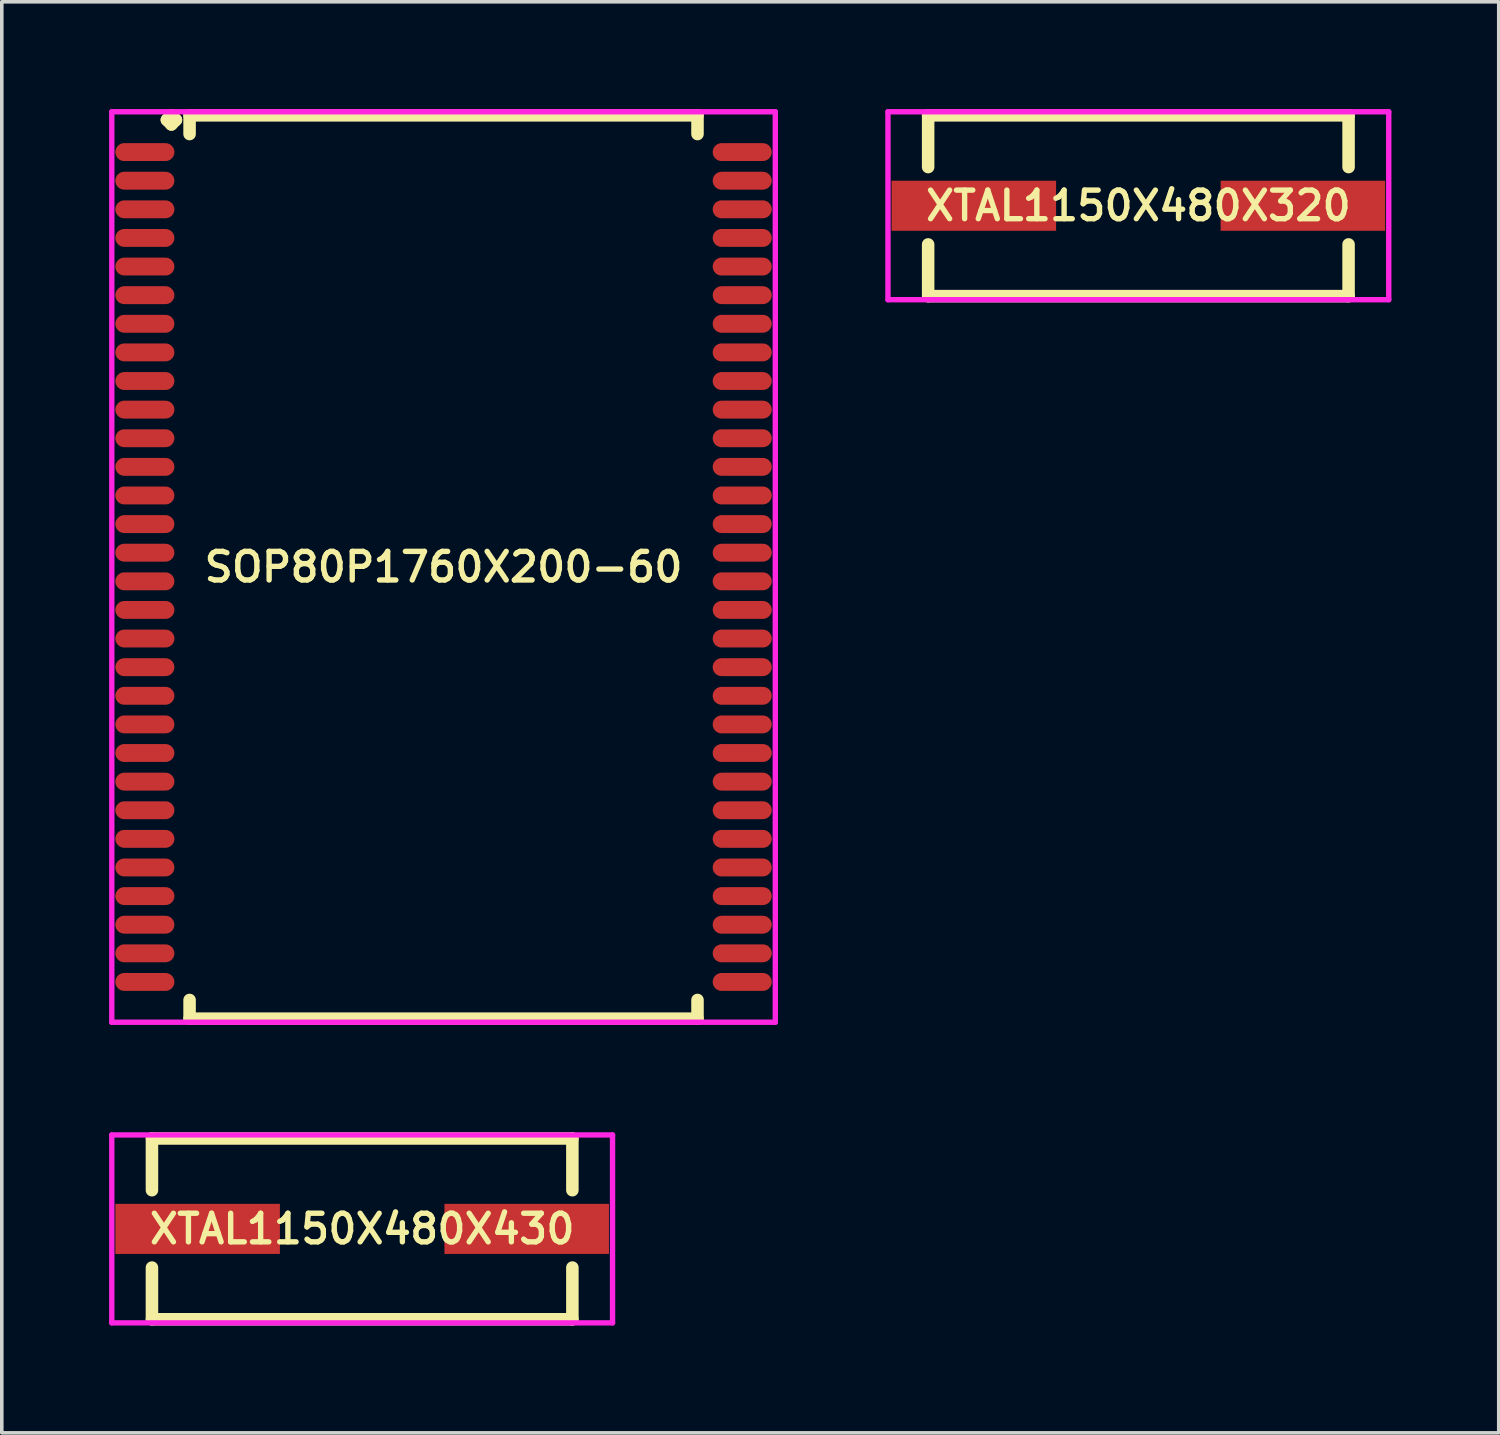
<source format=kicad_pcb>
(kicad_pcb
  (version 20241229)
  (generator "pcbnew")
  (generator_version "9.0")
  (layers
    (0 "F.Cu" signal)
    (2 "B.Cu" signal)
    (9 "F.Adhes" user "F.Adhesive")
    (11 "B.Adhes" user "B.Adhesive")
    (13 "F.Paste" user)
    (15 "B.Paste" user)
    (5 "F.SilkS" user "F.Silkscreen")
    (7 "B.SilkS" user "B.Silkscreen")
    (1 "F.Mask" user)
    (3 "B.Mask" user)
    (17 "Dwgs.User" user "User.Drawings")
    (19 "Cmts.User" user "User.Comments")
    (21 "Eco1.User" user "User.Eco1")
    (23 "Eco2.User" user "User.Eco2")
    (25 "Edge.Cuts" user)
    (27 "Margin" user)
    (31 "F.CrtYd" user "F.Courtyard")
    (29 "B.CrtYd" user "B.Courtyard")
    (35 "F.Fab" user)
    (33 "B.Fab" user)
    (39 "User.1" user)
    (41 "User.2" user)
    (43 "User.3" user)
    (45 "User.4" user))
  (footprint "XTAL1150X480X430"
    (layer "F.Cu")
    (at 7.075 31.306)
    (property "Reference" "XTAL1150X480X430" (at 0 0 0) (layer "F.SilkS") (effects (font (size 0.8 0.8) (thickness 0.15))))
    (attr smd)
    (fp_line (start -5.877 -2.527) (end 5.877 -2.527) (stroke (width 0.35) (type solid)) (layer "F.SilkS"))
    (fp_line (start -5.877 -1.081) (end -5.877 -2.527) (stroke (width 0.35) (type solid)) (layer "F.SilkS"))
    (fp_line (start -5.877 1.081) (end -5.877 2.527) (stroke (width 0.35) (type solid)) (layer "F.SilkS"))
    (fp_line (start -5.877 2.527) (end 5.877 2.527) (stroke (width 0.35) (type solid)) (layer "F.SilkS"))
    (fp_line (start 5.877 -2.527) (end 5.877 -1.081) (stroke (width 0.35) (type solid)) (layer "F.SilkS"))
    (fp_line (start 5.877 2.527) (end 5.877 1.081) (stroke (width 0.35) (type solid)) (layer "F.SilkS"))
    (fp_line (start -7 -2.627) (end 7 -2.627) (stroke (width 0.15) (type solid)) (layer "F.CrtYd"))
    (fp_line (start -7 2.627) (end -7 -2.627) (stroke (width 0.15) (type solid)) (layer "F.CrtYd"))
    (fp_line (start 7 -2.627) (end 7 2.627) (stroke (width 0.15) (type solid)) (layer "F.CrtYd"))
    (fp_line (start 7 2.627) (end -7 2.627) (stroke (width 0.15) (type solid)) (layer "F.CrtYd"))
    (pad "1" smd rect (at -4.6 0) (size 4.6 1.4) (layers "F.Cu" "F.Mask" "F.Paste"))
    (pad "2" smd rect (at 4.6 0) (size 4.6 1.4) (layers "F.Cu" "F.Mask" "F.Paste")))
  (footprint "XTAL1150X480X320"
    (layer "F.Cu")
    (at 28.775 2.702)
    (property "Reference" "XTAL1150X480X320" (at 0 0 0) (layer "F.SilkS") (effects (font (size 0.8 0.8) (thickness 0.15))))
    (attr smd)
    (fp_line (start -5.877 -2.527) (end 5.877 -2.527) (stroke (width 0.35) (type solid)) (layer "F.SilkS"))
    (fp_line (start -5.877 -1.081) (end -5.877 -2.527) (stroke (width 0.35) (type solid)) (layer "F.SilkS"))
    (fp_line (start -5.877 1.081) (end -5.877 2.527) (stroke (width 0.35) (type solid)) (layer "F.SilkS"))
    (fp_line (start -5.877 2.527) (end 5.877 2.527) (stroke (width 0.35) (type solid)) (layer "F.SilkS"))
    (fp_line (start 5.877 -2.527) (end 5.877 -1.081) (stroke (width 0.35) (type solid)) (layer "F.SilkS"))
    (fp_line (start 5.877 2.527) (end 5.877 1.081) (stroke (width 0.35) (type solid)) (layer "F.SilkS"))
    (fp_line (start -7 -2.627) (end 7 -2.627) (stroke (width 0.15) (type solid)) (layer "F.CrtYd"))
    (fp_line (start -7 2.627) (end -7 -2.627) (stroke (width 0.15) (type solid)) (layer "F.CrtYd"))
    (fp_line (start 7 -2.627) (end 7 2.627) (stroke (width 0.15) (type solid)) (layer "F.CrtYd"))
    (fp_line (start 7 2.627) (end -7 2.627) (stroke (width 0.15) (type solid)) (layer "F.CrtYd"))
    (pad "1" smd rect (at -4.6 0) (size 4.6 1.4) (layers "F.Cu" "F.Mask" "F.Paste"))
    (pad "2" smd rect (at 4.6 0) (size 4.6 1.4) (layers "F.Cu" "F.Mask" "F.Paste")))
  (footprint "SOP80P1760X200-60"
    (layer "F.Cu")
    (at 9.35 12.802)
    (property "Reference" "SOP80P1760X200-60" (at 0 0 0) (layer "F.SilkS") (effects (font (size 0.8 0.8) (thickness 0.15))))
    (attr smd)
    (fp_line (start -7.735 -12.5) (end -7.608 -12.627) (stroke (width 0.35) (type solid)) (layer "F.SilkS"))
    (fp_line (start -7.608 -12.627) (end -7.481 -12.5) (stroke (width 0.35) (type solid)) (layer "F.SilkS"))
    (fp_line (start -7.608 -12.373) (end -7.735 -12.5) (stroke (width 0.35) (type solid)) (layer "F.SilkS"))
    (fp_line (start -7.481 -12.5) (end -7.608 -12.373) (stroke (width 0.35) (type solid)) (layer "F.SilkS"))
    (fp_line (start -7.1 -12.627) (end 7.1 -12.627) (stroke (width 0.35) (type solid)) (layer "F.SilkS"))
    (fp_line (start -7.1 -12.104) (end -7.1 -12.627) (stroke (width 0.35) (type solid)) (layer "F.SilkS"))
    (fp_line (start -7.1 12.104) (end -7.1 12.627) (stroke (width 0.35) (type solid)) (layer "F.SilkS"))
    (fp_line (start -7.1 12.627) (end 7.1 12.627) (stroke (width 0.35) (type solid)) (layer "F.SilkS"))
    (fp_line (start 7.1 -12.627) (end 7.1 -12.104) (stroke (width 0.35) (type solid)) (layer "F.SilkS"))
    (fp_line (start 7.1 12.627) (end 7.1 12.104) (stroke (width 0.35) (type solid)) (layer "F.SilkS"))
    (fp_line (start -9.275 -12.727) (end 9.275 -12.727) (stroke (width 0.15) (type solid)) (layer "F.CrtYd"))
    (fp_line (start -9.275 12.727) (end -9.275 -12.727) (stroke (width 0.15) (type solid)) (layer "F.CrtYd"))
    (fp_line (start 9.275 -12.727) (end 9.275 12.727) (stroke (width 0.15) (type solid)) (layer "F.CrtYd"))
    (fp_line (start 9.275 12.727) (end -9.275 12.727) (stroke (width 0.15) (type solid)) (layer "F.CrtYd"))
    (pad "1" smd oval (at -8.35 -11.6) (size 1.65 0.5) (layers "F.Cu" "F.Mask" "F.Paste"))
    (pad "2" smd oval (at -8.35 -10.8) (size 1.65 0.5) (layers "F.Cu" "F.Mask" "F.Paste"))
    (pad "3" smd oval (at -8.35 -10) (size 1.65 0.5) (layers "F.Cu" "F.Mask" "F.Paste"))
    (pad "4" smd oval (at -8.35 -9.2) (size 1.65 0.5) (layers "F.Cu" "F.Mask" "F.Paste"))
    (pad "5" smd oval (at -8.35 -8.4) (size 1.65 0.5) (layers "F.Cu" "F.Mask" "F.Paste"))
    (pad "6" smd oval (at -8.35 -7.6) (size 1.65 0.5) (layers "F.Cu" "F.Mask" "F.Paste"))
    (pad "7" smd oval (at -8.35 -6.8) (size 1.65 0.5) (layers "F.Cu" "F.Mask" "F.Paste"))
    (pad "8" smd oval (at -8.35 -6) (size 1.65 0.5) (layers "F.Cu" "F.Mask" "F.Paste"))
    (pad "9" smd oval (at -8.35 -5.2) (size 1.65 0.5) (layers "F.Cu" "F.Mask" "F.Paste"))
    (pad "10" smd oval (at -8.35 -4.4) (size 1.65 0.5) (layers "F.Cu" "F.Mask" "F.Paste"))
    (pad "11" smd oval (at -8.35 -3.6) (size 1.65 0.5) (layers "F.Cu" "F.Mask" "F.Paste"))
    (pad "12" smd oval (at -8.35 -2.8) (size 1.65 0.5) (layers "F.Cu" "F.Mask" "F.Paste"))
    (pad "13" smd oval (at -8.35 -2) (size 1.65 0.5) (layers "F.Cu" "F.Mask" "F.Paste"))
    (pad "14" smd oval (at -8.35 -1.2) (size 1.65 0.5) (layers "F.Cu" "F.Mask" "F.Paste"))
    (pad "15" smd oval (at -8.35 -0.4) (size 1.65 0.5) (layers "F.Cu" "F.Mask" "F.Paste"))
    (pad "16" smd oval (at -8.35 0.4) (size 1.65 0.5) (layers "F.Cu" "F.Mask" "F.Paste"))
    (pad "17" smd oval (at -8.35 1.2) (size 1.65 0.5) (layers "F.Cu" "F.Mask" "F.Paste"))
    (pad "18" smd oval (at -8.35 2) (size 1.65 0.5) (layers "F.Cu" "F.Mask" "F.Paste"))
    (pad "19" smd oval (at -8.35 2.8) (size 1.65 0.5) (layers "F.Cu" "F.Mask" "F.Paste"))
    (pad "20" smd oval (at -8.35 3.6) (size 1.65 0.5) (layers "F.Cu" "F.Mask" "F.Paste"))
    (pad "21" smd oval (at -8.35 4.4) (size 1.65 0.5) (layers "F.Cu" "F.Mask" "F.Paste"))
    (pad "22" smd oval (at -8.35 5.2) (size 1.65 0.5) (layers "F.Cu" "F.Mask" "F.Paste"))
    (pad "23" smd oval (at -8.35 6) (size 1.65 0.5) (layers "F.Cu" "F.Mask" "F.Paste"))
    (pad "24" smd oval (at -8.35 6.8) (size 1.65 0.5) (layers "F.Cu" "F.Mask" "F.Paste"))
    (pad "25" smd oval (at -8.35 7.6) (size 1.65 0.5) (layers "F.Cu" "F.Mask" "F.Paste"))
    (pad "26" smd oval (at -8.35 8.4) (size 1.65 0.5) (layers "F.Cu" "F.Mask" "F.Paste"))
    (pad "27" smd oval (at -8.35 9.2) (size 1.65 0.5) (layers "F.Cu" "F.Mask" "F.Paste"))
    (pad "28" smd oval (at -8.35 10) (size 1.65 0.5) (layers "F.Cu" "F.Mask" "F.Paste"))
    (pad "29" smd oval (at -8.35 10.8) (size 1.65 0.5) (layers "F.Cu" "F.Mask" "F.Paste"))
    (pad "30" smd oval (at -8.35 11.6) (size 1.65 0.5) (layers "F.Cu" "F.Mask" "F.Paste"))
    (pad "31" smd oval (at 8.35 11.6) (size 1.65 0.5) (layers "F.Cu" "F.Mask" "F.Paste"))
    (pad "32" smd oval (at 8.35 10.8) (size 1.65 0.5) (layers "F.Cu" "F.Mask" "F.Paste"))
    (pad "33" smd oval (at 8.35 10) (size 1.65 0.5) (layers "F.Cu" "F.Mask" "F.Paste"))
    (pad "34" smd oval (at 8.35 9.2) (size 1.65 0.5) (layers "F.Cu" "F.Mask" "F.Paste"))
    (pad "35" smd oval (at 8.35 8.4) (size 1.65 0.5) (layers "F.Cu" "F.Mask" "F.Paste"))
    (pad "36" smd oval (at 8.35 7.6) (size 1.65 0.5) (layers "F.Cu" "F.Mask" "F.Paste"))
    (pad "37" smd oval (at 8.35 6.8) (size 1.65 0.5) (layers "F.Cu" "F.Mask" "F.Paste"))
    (pad "38" smd oval (at 8.35 6) (size 1.65 0.5) (layers "F.Cu" "F.Mask" "F.Paste"))
    (pad "39" smd oval (at 8.35 5.2) (size 1.65 0.5) (layers "F.Cu" "F.Mask" "F.Paste"))
    (pad "40" smd oval (at 8.35 4.4) (size 1.65 0.5) (layers "F.Cu" "F.Mask" "F.Paste"))
    (pad "41" smd oval (at 8.35 3.6) (size 1.65 0.5) (layers "F.Cu" "F.Mask" "F.Paste"))
    (pad "42" smd oval (at 8.35 2.8) (size 1.65 0.5) (layers "F.Cu" "F.Mask" "F.Paste"))
    (pad "43" smd oval (at 8.35 2) (size 1.65 0.5) (layers "F.Cu" "F.Mask" "F.Paste"))
    (pad "44" smd oval (at 8.35 1.2) (size 1.65 0.5) (layers "F.Cu" "F.Mask" "F.Paste"))
    (pad "45" smd oval (at 8.35 0.4) (size 1.65 0.5) (layers "F.Cu" "F.Mask" "F.Paste"))
    (pad "46" smd oval (at 8.35 -0.4) (size 1.65 0.5) (layers "F.Cu" "F.Mask" "F.Paste"))
    (pad "47" smd oval (at 8.35 -1.2) (size 1.65 0.5) (layers "F.Cu" "F.Mask" "F.Paste"))
    (pad "48" smd oval (at 8.35 -2) (size 1.65 0.5) (layers "F.Cu" "F.Mask" "F.Paste"))
    (pad "49" smd oval (at 8.35 -2.8) (size 1.65 0.5) (layers "F.Cu" "F.Mask" "F.Paste"))
    (pad "50" smd oval (at 8.35 -3.6) (size 1.65 0.5) (layers "F.Cu" "F.Mask" "F.Paste"))
    (pad "51" smd oval (at 8.35 -4.4) (size 1.65 0.5) (layers "F.Cu" "F.Mask" "F.Paste"))
    (pad "52" smd oval (at 8.35 -5.2) (size 1.65 0.5) (layers "F.Cu" "F.Mask" "F.Paste"))
    (pad "53" smd oval (at 8.35 -6) (size 1.65 0.5) (layers "F.Cu" "F.Mask" "F.Paste"))
    (pad "54" smd oval (at 8.35 -6.8) (size 1.65 0.5) (layers "F.Cu" "F.Mask" "F.Paste"))
    (pad "55" smd oval (at 8.35 -7.6) (size 1.65 0.5) (layers "F.Cu" "F.Mask" "F.Paste"))
    (pad "56" smd oval (at 8.35 -8.4) (size 1.65 0.5) (layers "F.Cu" "F.Mask" "F.Paste"))
    (pad "57" smd oval (at 8.35 -9.2) (size 1.65 0.5) (layers "F.Cu" "F.Mask" "F.Paste"))
    (pad "58" smd oval (at 8.35 -10) (size 1.65 0.5) (layers "F.Cu" "F.Mask" "F.Paste"))
    (pad "59" smd oval (at 8.35 -10.8) (size 1.65 0.5) (layers "F.Cu" "F.Mask" "F.Paste"))
    (pad "60" smd oval (at 8.35 -11.6) (size 1.65 0.5) (layers "F.Cu" "F.Mask" "F.Paste")))
  (gr_rect
    (start -3 -3)
    (end 38.85 37.008)
    (stroke (width 0.1) (type default))
    (fill no)
    (layer "Edge.Cuts")))
</source>
